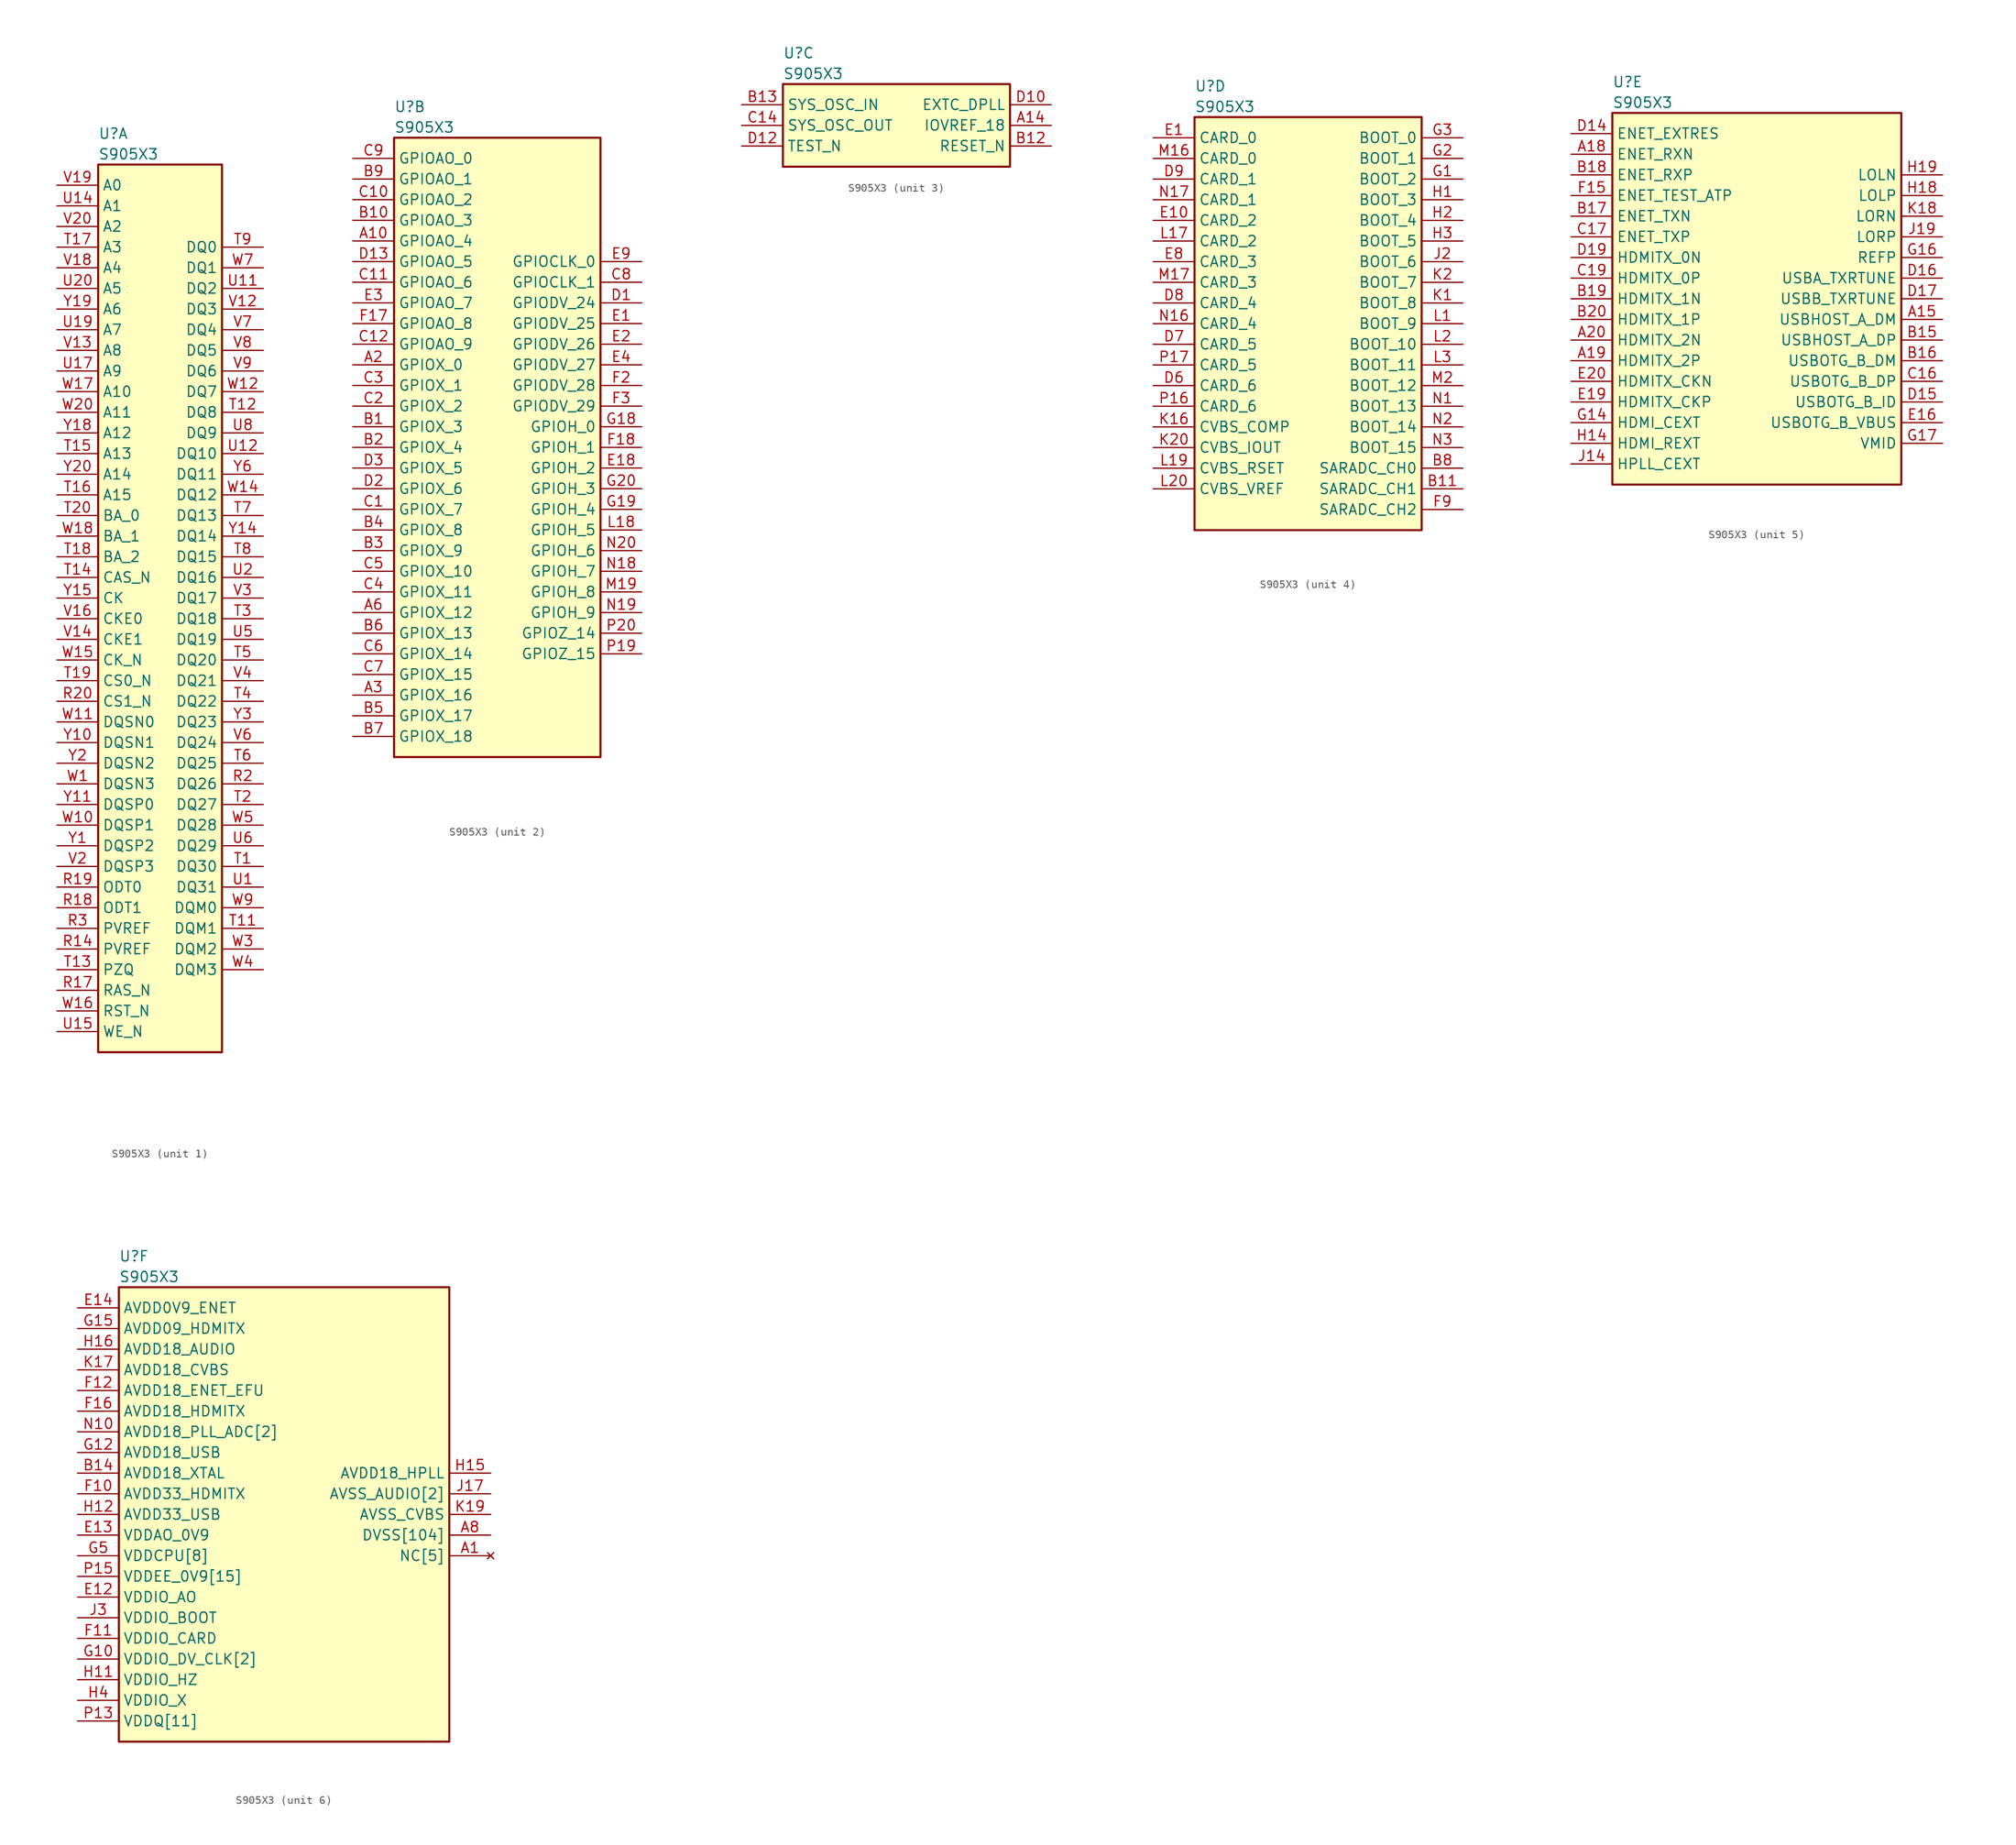
<source format=kicad_sym>
(kicad_symbol_lib
  (version 20211014)
  (generator kicad_symbol_editor)
  (symbol "﻿S905X3"
    (property "Reference" "U"
      (at 5.08 6.35 0)
      (effects (font (size 1.27 1.27)) (justify left)))
    (property "Value" "﻿S905X3"
      (at 5.08 3.81 0)
      (effects (font (size 1.27 1.27)) (justify left)))
    (property "ki_locked" ""
      (at 0 0 0)
      (effects (font (size 1.27 1.27))))
    (symbol "﻿S905X3_1_1"
      (rectangle (start 5.08 2.54) (end 20.32 -106.68) (stroke (width 0.254) (type default) (color 0 0 0 0)) (fill (type background)))
      (pin bidirectional line (at 0 -93.98 0) (length 5.08) (name "PVREF" (effects (font (size 1.27 1.27)))) (number "R14" (effects (font (size 1.27 1.27)))))
      (pin bidirectional line (at 0 -99.06 0) (length 5.08) (name "RAS_N" (effects (font (size 1.27 1.27)))) (number "R17" (effects (font (size 1.27 1.27)))))
      (pin bidirectional line (at 0 -88.9 0) (length 5.08) (name "ODT1" (effects (font (size 1.27 1.27)))) (number "R18" (effects (font (size 1.27 1.27)))))
      (pin bidirectional line (at 0 -86.36 0) (length 5.08) (name "ODT0" (effects (font (size 1.27 1.27)))) (number "R19" (effects (font (size 1.27 1.27)))))
      (pin bidirectional line (at 25.4 -73.66 180) (length 5.08) (name "DQ26" (effects (font (size 1.27 1.27)))) (number "R2" (effects (font (size 1.27 1.27)))))
      (pin bidirectional line (at 0 -63.5 0) (length 5.08) (name "CS1_N" (effects (font (size 1.27 1.27)))) (number "R20" (effects (font (size 1.27 1.27)))))
      (pin bidirectional line (at 0 -91.44 0) (length 5.08) (name "PVREF" (effects (font (size 1.27 1.27)))) (number "R3" (effects (font (size 1.27 1.27)))))
      (pin bidirectional line (at 25.4 -83.82 180) (length 5.08) (name "DQ30" (effects (font (size 1.27 1.27)))) (number "T1" (effects (font (size 1.27 1.27)))))
      (pin bidirectional line (at 25.4 -91.44 180) (length 5.08) (name "DQM1" (effects (font (size 1.27 1.27)))) (number "T11" (effects (font (size 1.27 1.27)))))
      (pin bidirectional line (at 25.4 -27.94 180) (length 5.08) (name "DQ8" (effects (font (size 1.27 1.27)))) (number "T12" (effects (font (size 1.27 1.27)))))
      (pin bidirectional line (at 0 -96.52 0) (length 5.08) (name "PZQ" (effects (font (size 1.27 1.27)))) (number "T13" (effects (font (size 1.27 1.27)))))
      (pin bidirectional line (at 0 -48.26 0) (length 5.08) (name "CAS_N" (effects (font (size 1.27 1.27)))) (number "T14" (effects (font (size 1.27 1.27)))))
      (pin bidirectional line (at 0 -33.02 0) (length 5.08) (name "A13" (effects (font (size 1.27 1.27)))) (number "T15" (effects (font (size 1.27 1.27)))))
      (pin bidirectional line (at 0 -38.1 0) (length 5.08) (name "A15" (effects (font (size 1.27 1.27)))) (number "T16" (effects (font (size 1.27 1.27)))))
      (pin bidirectional line (at 0 -7.62 0) (length 5.08) (name "A3" (effects (font (size 1.27 1.27)))) (number "T17" (effects (font (size 1.27 1.27)))))
      (pin bidirectional line (at 0 -45.72 0) (length 5.08) (name "BA_2" (effects (font (size 1.27 1.27)))) (number "T18" (effects (font (size 1.27 1.27)))))
      (pin bidirectional line (at 0 -60.96 0) (length 5.08) (name "CS0_N" (effects (font (size 1.27 1.27)))) (number "T19" (effects (font (size 1.27 1.27)))))
      (pin bidirectional line (at 25.4 -76.2 180) (length 5.08) (name "DQ27" (effects (font (size 1.27 1.27)))) (number "T2" (effects (font (size 1.27 1.27)))))
      (pin bidirectional line (at 0 -40.64 0) (length 5.08) (name "BA_0" (effects (font (size 1.27 1.27)))) (number "T20" (effects (font (size 1.27 1.27)))))
      (pin bidirectional line (at 25.4 -53.34 180) (length 5.08) (name "DQ18" (effects (font (size 1.27 1.27)))) (number "T3" (effects (font (size 1.27 1.27)))))
      (pin bidirectional line (at 25.4 -63.5 180) (length 5.08) (name "DQ22" (effects (font (size 1.27 1.27)))) (number "T4" (effects (font (size 1.27 1.27)))))
      (pin bidirectional line (at 25.4 -58.42 180) (length 5.08) (name "DQ20" (effects (font (size 1.27 1.27)))) (number "T5" (effects (font (size 1.27 1.27)))))
      (pin bidirectional line (at 25.4 -71.12 180) (length 5.08) (name "DQ25" (effects (font (size 1.27 1.27)))) (number "T6" (effects (font (size 1.27 1.27)))))
      (pin bidirectional line (at 25.4 -40.64 180) (length 5.08) (name "DQ13" (effects (font (size 1.27 1.27)))) (number "T7" (effects (font (size 1.27 1.27)))))
      (pin bidirectional line (at 25.4 -45.72 180) (length 5.08) (name "DQ15" (effects (font (size 1.27 1.27)))) (number "T8" (effects (font (size 1.27 1.27)))))
      (pin bidirectional line (at 25.4 -7.62 180) (length 5.08) (name "DQ0" (effects (font (size 1.27 1.27)))) (number "T9" (effects (font (size 1.27 1.27)))))
      (pin bidirectional line (at 25.4 -86.36 180) (length 5.08) (name "DQ31" (effects (font (size 1.27 1.27)))) (number "U1" (effects (font (size 1.27 1.27)))))
      (pin bidirectional line (at 25.4 -12.7 180) (length 5.08) (name "DQ2" (effects (font (size 1.27 1.27)))) (number "U11" (effects (font (size 1.27 1.27)))))
      (pin bidirectional line (at 25.4 -33.02 180) (length 5.08) (name "DQ10" (effects (font (size 1.27 1.27)))) (number "U12" (effects (font (size 1.27 1.27)))))
      (pin bidirectional line (at 0 -2.54 0) (length 5.08) (name "A1" (effects (font (size 1.27 1.27)))) (number "U14" (effects (font (size 1.27 1.27)))))
      (pin bidirectional line (at 0 -104.14 0) (length 5.08) (name "WE_N" (effects (font (size 1.27 1.27)))) (number "U15" (effects (font (size 1.27 1.27)))))
      (pin bidirectional line (at 0 -22.86 0) (length 5.08) (name "A9" (effects (font (size 1.27 1.27)))) (number "U17" (effects (font (size 1.27 1.27)))))
      (pin bidirectional line (at 0 -17.78 0) (length 5.08) (name "A7" (effects (font (size 1.27 1.27)))) (number "U19" (effects (font (size 1.27 1.27)))))
      (pin bidirectional line (at 25.4 -48.26 180) (length 5.08) (name "DQ16" (effects (font (size 1.27 1.27)))) (number "U2" (effects (font (size 1.27 1.27)))))
      (pin bidirectional line (at 0 -12.7 0) (length 5.08) (name "A5" (effects (font (size 1.27 1.27)))) (number "U20" (effects (font (size 1.27 1.27)))))
      (pin bidirectional line (at 25.4 -55.88 180) (length 5.08) (name "DQ19" (effects (font (size 1.27 1.27)))) (number "U5" (effects (font (size 1.27 1.27)))))
      (pin bidirectional line (at 25.4 -81.28 180) (length 5.08) (name "DQ29" (effects (font (size 1.27 1.27)))) (number "U6" (effects (font (size 1.27 1.27)))))
      (pin bidirectional line (at 25.4 -30.48 180) (length 5.08) (name "DQ9" (effects (font (size 1.27 1.27)))) (number "U8" (effects (font (size 1.27 1.27)))))
      (pin bidirectional line (at 25.4 -15.24 180) (length 5.08) (name "DQ3" (effects (font (size 1.27 1.27)))) (number "V12" (effects (font (size 1.27 1.27)))))
      (pin bidirectional line (at 0 -20.32 0) (length 5.08) (name "A8" (effects (font (size 1.27 1.27)))) (number "V13" (effects (font (size 1.27 1.27)))))
      (pin bidirectional line (at 0 -55.88 0) (length 5.08) (name "CKE1" (effects (font (size 1.27 1.27)))) (number "V14" (effects (font (size 1.27 1.27)))))
      (pin bidirectional line (at 0 -53.34 0) (length 5.08) (name "CKE0" (effects (font (size 1.27 1.27)))) (number "V16" (effects (font (size 1.27 1.27)))))
      (pin bidirectional line (at 0 -10.16 0) (length 5.08) (name "A4" (effects (font (size 1.27 1.27)))) (number "V18" (effects (font (size 1.27 1.27)))))
      (pin bidirectional line (at 0 0 0) (length 5.08) (name "A0" (effects (font (size 1.27 1.27)))) (number "V19" (effects (font (size 1.27 1.27)))))
      (pin bidirectional line (at 0 -83.82 0) (length 5.08) (name "DQSP3" (effects (font (size 1.27 1.27)))) (number "V2" (effects (font (size 1.27 1.27)))))
      (pin bidirectional line (at 0 -5.08 0) (length 5.08) (name "A2" (effects (font (size 1.27 1.27)))) (number "V20" (effects (font (size 1.27 1.27)))))
      (pin bidirectional line (at 25.4 -50.8 180) (length 5.08) (name "DQ17" (effects (font (size 1.27 1.27)))) (number "V3" (effects (font (size 1.27 1.27)))))
      (pin bidirectional line (at 25.4 -60.96 180) (length 5.08) (name "DQ21" (effects (font (size 1.27 1.27)))) (number "V4" (effects (font (size 1.27 1.27)))))
      (pin bidirectional line (at 25.4 -68.58 180) (length 5.08) (name "DQ24" (effects (font (size 1.27 1.27)))) (number "V6" (effects (font (size 1.27 1.27)))))
      (pin bidirectional line (at 25.4 -17.78 180) (length 5.08) (name "DQ4" (effects (font (size 1.27 1.27)))) (number "V7" (effects (font (size 1.27 1.27)))))
      (pin bidirectional line (at 25.4 -20.32 180) (length 5.08) (name "DQ5" (effects (font (size 1.27 1.27)))) (number "V8" (effects (font (size 1.27 1.27)))))
      (pin bidirectional line (at 25.4 -22.86 180) (length 5.08) (name "DQ6" (effects (font (size 1.27 1.27)))) (number "V9" (effects (font (size 1.27 1.27)))))
      (pin bidirectional line (at 0 -73.66 0) (length 5.08) (name "DQSN3" (effects (font (size 1.27 1.27)))) (number "W1" (effects (font (size 1.27 1.27)))))
      (pin bidirectional line (at 0 -78.74 0) (length 5.08) (name "DQSP1" (effects (font (size 1.27 1.27)))) (number "W10" (effects (font (size 1.27 1.27)))))
      (pin bidirectional line (at 0 -66.04 0) (length 5.08) (name "DQSN0" (effects (font (size 1.27 1.27)))) (number "W11" (effects (font (size 1.27 1.27)))))
      (pin bidirectional line (at 25.4 -25.4 180) (length 5.08) (name "DQ7" (effects (font (size 1.27 1.27)))) (number "W12" (effects (font (size 1.27 1.27)))))
      (pin bidirectional line (at 25.4 -38.1 180) (length 5.08) (name "DQ12" (effects (font (size 1.27 1.27)))) (number "W14" (effects (font (size 1.27 1.27)))))
      (pin bidirectional line (at 0 -58.42 0) (length 5.08) (name "CK_N" (effects (font (size 1.27 1.27)))) (number "W15" (effects (font (size 1.27 1.27)))))
      (pin bidirectional line (at 0 -101.6 0) (length 5.08) (name "RST_N" (effects (font (size 1.27 1.27)))) (number "W16" (effects (font (size 1.27 1.27)))))
      (pin bidirectional line (at 0 -25.4 0) (length 5.08) (name "A10" (effects (font (size 1.27 1.27)))) (number "W17" (effects (font (size 1.27 1.27)))))
      (pin bidirectional line (at 0 -43.18 0) (length 5.08) (name "BA_1" (effects (font (size 1.27 1.27)))) (number "W18" (effects (font (size 1.27 1.27)))))
      (pin bidirectional line (at 0 -27.94 0) (length 5.08) (name "A11" (effects (font (size 1.27 1.27)))) (number "W20" (effects (font (size 1.27 1.27)))))
      (pin bidirectional line (at 25.4 -93.98 180) (length 5.08) (name "DQM2" (effects (font (size 1.27 1.27)))) (number "W3" (effects (font (size 1.27 1.27)))))
      (pin bidirectional line (at 25.4 -96.52 180) (length 5.08) (name "DQM3" (effects (font (size 1.27 1.27)))) (number "W4" (effects (font (size 1.27 1.27)))))
      (pin bidirectional line (at 25.4 -78.74 180) (length 5.08) (name "DQ28" (effects (font (size 1.27 1.27)))) (number "W5" (effects (font (size 1.27 1.27)))))
      (pin bidirectional line (at 25.4 -10.16 180) (length 5.08) (name "DQ1" (effects (font (size 1.27 1.27)))) (number "W7" (effects (font (size 1.27 1.27)))))
      (pin bidirectional line (at 25.4 -88.9 180) (length 5.08) (name "DQM0" (effects (font (size 1.27 1.27)))) (number "W9" (effects (font (size 1.27 1.27)))))
      (pin bidirectional line (at 0 -81.28 0) (length 5.08) (name "DQSP2" (effects (font (size 1.27 1.27)))) (number "Y1" (effects (font (size 1.27 1.27)))))
      (pin bidirectional line (at 0 -68.58 0) (length 5.08) (name "DQSN1" (effects (font (size 1.27 1.27)))) (number "Y10" (effects (font (size 1.27 1.27)))))
      (pin bidirectional line (at 0 -76.2 0) (length 5.08) (name "DQSP0" (effects (font (size 1.27 1.27)))) (number "Y11" (effects (font (size 1.27 1.27)))))
      (pin bidirectional line (at 25.4 -43.18 180) (length 5.08) (name "DQ14" (effects (font (size 1.27 1.27)))) (number "Y14" (effects (font (size 1.27 1.27)))))
      (pin bidirectional line (at 0 -50.8 0) (length 5.08) (name "CK" (effects (font (size 1.27 1.27)))) (number "Y15" (effects (font (size 1.27 1.27)))))
      (pin bidirectional line (at 0 -30.48 0) (length 5.08) (name "A12" (effects (font (size 1.27 1.27)))) (number "Y18" (effects (font (size 1.27 1.27)))))
      (pin bidirectional line (at 0 -15.24 0) (length 5.08) (name "A6" (effects (font (size 1.27 1.27)))) (number "Y19" (effects (font (size 1.27 1.27)))))
      (pin bidirectional line (at 0 -71.12 0) (length 5.08) (name "DQSN2" (effects (font (size 1.27 1.27)))) (number "Y2" (effects (font (size 1.27 1.27)))))
      (pin bidirectional line (at 0 -35.56 0) (length 5.08) (name "A14" (effects (font (size 1.27 1.27)))) (number "Y20" (effects (font (size 1.27 1.27)))))
      (pin bidirectional line (at 25.4 -66.04 180) (length 5.08) (name "DQ23" (effects (font (size 1.27 1.27)))) (number "Y3" (effects (font (size 1.27 1.27)))))
      (pin bidirectional line (at 25.4 -35.56 180) (length 5.08) (name "DQ11" (effects (font (size 1.27 1.27)))) (number "Y6" (effects (font (size 1.27 1.27))))))
    (symbol "﻿S905X3_2_1"
      (rectangle (start 5.08 2.54) (end 30.48 -73.66) (stroke (width 0.254) (type default) (color 0 0 0 0)) (fill (type background)))
      (pin bidirectional line (at 0 -10.16 0) (length 5.08) (name "GPIOAO_4" (effects (font (size 1.27 1.27)))) (number "A10" (effects (font (size 1.27 1.27)))))
      (pin bidirectional line (at 0 -25.4 0) (length 5.08) (name "GPIOX_0" (effects (font (size 1.27 1.27)))) (number "A2" (effects (font (size 1.27 1.27)))))
      (pin bidirectional line (at 0 -66.04 0) (length 5.08) (name "GPIOX_16" (effects (font (size 1.27 1.27)))) (number "A3" (effects (font (size 1.27 1.27)))))
      (pin bidirectional line (at 0 -55.88 0) (length 5.08) (name "GPIOX_12" (effects (font (size 1.27 1.27)))) (number "A6" (effects (font (size 1.27 1.27)))))
      (pin bidirectional line (at 0 -33.02 0) (length 5.08) (name "GPIOX_3" (effects (font (size 1.27 1.27)))) (number "B1" (effects (font (size 1.27 1.27)))))
      (pin bidirectional line (at 0 -7.62 0) (length 5.08) (name "GPIOAO_3" (effects (font (size 1.27 1.27)))) (number "B10" (effects (font (size 1.27 1.27)))))
      (pin bidirectional line (at 0 -35.56 0) (length 5.08) (name "GPIOX_4" (effects (font (size 1.27 1.27)))) (number "B2" (effects (font (size 1.27 1.27)))))
      (pin bidirectional line (at 0 -48.26 0) (length 5.08) (name "GPIOX_9" (effects (font (size 1.27 1.27)))) (number "B3" (effects (font (size 1.27 1.27)))))
      (pin bidirectional line (at 0 -45.72 0) (length 5.08) (name "GPIOX_8" (effects (font (size 1.27 1.27)))) (number "B4" (effects (font (size 1.27 1.27)))))
      (pin bidirectional line (at 0 -68.58 0) (length 5.08) (name "GPIOX_17" (effects (font (size 1.27 1.27)))) (number "B5" (effects (font (size 1.27 1.27)))))
      (pin bidirectional line (at 0 -58.42 0) (length 5.08) (name "GPIOX_13" (effects (font (size 1.27 1.27)))) (number "B6" (effects (font (size 1.27 1.27)))))
      (pin bidirectional line (at 0 -71.12 0) (length 5.08) (name "GPIOX_18" (effects (font (size 1.27 1.27)))) (number "B7" (effects (font (size 1.27 1.27)))))
      (pin bidirectional line (at 0 -2.54 0) (length 5.08) (name "GPIOAO_1" (effects (font (size 1.27 1.27)))) (number "B9" (effects (font (size 1.27 1.27)))))
      (pin bidirectional line (at 0 -43.18 0) (length 5.08) (name "GPIOX_7" (effects (font (size 1.27 1.27)))) (number "C1" (effects (font (size 1.27 1.27)))))
      (pin bidirectional line (at 0 -5.08 0) (length 5.08) (name "GPIOAO_2" (effects (font (size 1.27 1.27)))) (number "C10" (effects (font (size 1.27 1.27)))))
      (pin bidirectional line (at 0 -15.24 0) (length 5.08) (name "GPIOAO_6" (effects (font (size 1.27 1.27)))) (number "C11" (effects (font (size 1.27 1.27)))))
      (pin bidirectional line (at 0 -22.86 0) (length 5.08) (name "GPIOAO_9" (effects (font (size 1.27 1.27)))) (number "C12" (effects (font (size 1.27 1.27)))))
      (pin bidirectional line (at 0 -30.48 0) (length 5.08) (name "GPIOX_2" (effects (font (size 1.27 1.27)))) (number "C2" (effects (font (size 1.27 1.27)))))
      (pin bidirectional line (at 0 -27.94 0) (length 5.08) (name "GPIOX_1" (effects (font (size 1.27 1.27)))) (number "C3" (effects (font (size 1.27 1.27)))))
      (pin bidirectional line (at 0 -53.34 0) (length 5.08) (name "GPIOX_11" (effects (font (size 1.27 1.27)))) (number "C4" (effects (font (size 1.27 1.27)))))
      (pin bidirectional line (at 0 -50.8 0) (length 5.08) (name "GPIOX_10" (effects (font (size 1.27 1.27)))) (number "C5" (effects (font (size 1.27 1.27)))))
      (pin bidirectional line (at 0 -60.96 0) (length 5.08) (name "GPIOX_14" (effects (font (size 1.27 1.27)))) (number "C6" (effects (font (size 1.27 1.27)))))
      (pin bidirectional line (at 0 -63.5 0) (length 5.08) (name "GPIOX_15" (effects (font (size 1.27 1.27)))) (number "C7" (effects (font (size 1.27 1.27)))))
      (pin bidirectional line (at 35.56 -15.24 180) (length 5.08) (name "GPIOCLK_1" (effects (font (size 1.27 1.27)))) (number "C8" (effects (font (size 1.27 1.27)))))
      (pin bidirectional line (at 0 0 0) (length 5.08) (name "GPIOAO_0" (effects (font (size 1.27 1.27)))) (number "C9" (effects (font (size 1.27 1.27)))))
      (pin bidirectional line (at 35.56 -17.78 180) (length 5.08) (name "GPIODV_24" (effects (font (size 1.27 1.27)))) (number "D1" (effects (font (size 1.27 1.27)))))
      (pin bidirectional line (at 0 -12.7 0) (length 5.08) (name "GPIOAO_5" (effects (font (size 1.27 1.27)))) (number "D13" (effects (font (size 1.27 1.27)))))
      (pin bidirectional line (at 0 -40.64 0) (length 5.08) (name "GPIOX_6" (effects (font (size 1.27 1.27)))) (number "D2" (effects (font (size 1.27 1.27)))))
      (pin bidirectional line (at 0 -38.1 0) (length 5.08) (name "GPIOX_5" (effects (font (size 1.27 1.27)))) (number "D3" (effects (font (size 1.27 1.27)))))
      (pin bidirectional line (at 35.56 -20.32 180) (length 5.08) (name "GPIODV_25" (effects (font (size 1.27 1.27)))) (number "E1" (effects (font (size 1.27 1.27)))))
      (pin bidirectional line (at 35.56 -38.1 180) (length 5.08) (name "GPIOH_2" (effects (font (size 1.27 1.27)))) (number "E18" (effects (font (size 1.27 1.27)))))
      (pin bidirectional line (at 35.56 -22.86 180) (length 5.08) (name "GPIODV_26" (effects (font (size 1.27 1.27)))) (number "E2" (effects (font (size 1.27 1.27)))))
      (pin bidirectional line (at 0 -17.78 0) (length 5.08) (name "GPIOAO_7" (effects (font (size 1.27 1.27)))) (number "E3" (effects (font (size 1.27 1.27)))))
      (pin bidirectional line (at 35.56 -25.4 180) (length 5.08) (name "GPIODV_27" (effects (font (size 1.27 1.27)))) (number "E4" (effects (font (size 1.27 1.27)))))
      (pin bidirectional line (at 35.56 -12.7 180) (length 5.08) (name "GPIOCLK_0" (effects (font (size 1.27 1.27)))) (number "E9" (effects (font (size 1.27 1.27)))))
      (pin bidirectional line (at 0 -20.32 0) (length 5.08) (name "GPIOAO_8" (effects (font (size 1.27 1.27)))) (number "F17" (effects (font (size 1.27 1.27)))))
      (pin bidirectional line (at 35.56 -35.56 180) (length 5.08) (name "GPIOH_1" (effects (font (size 1.27 1.27)))) (number "F18" (effects (font (size 1.27 1.27)))))
      (pin bidirectional line (at 35.56 -27.94 180) (length 5.08) (name "GPIODV_28" (effects (font (size 1.27 1.27)))) (number "F2" (effects (font (size 1.27 1.27)))))
      (pin bidirectional line (at 35.56 -30.48 180) (length 5.08) (name "GPIODV_29" (effects (font (size 1.27 1.27)))) (number "F3" (effects (font (size 1.27 1.27)))))
      (pin bidirectional line (at 35.56 -33.02 180) (length 5.08) (name "GPIOH_0" (effects (font (size 1.27 1.27)))) (number "G18" (effects (font (size 1.27 1.27)))))
      (pin bidirectional line (at 35.56 -43.18 180) (length 5.08) (name "GPIOH_4" (effects (font (size 1.27 1.27)))) (number "G19" (effects (font (size 1.27 1.27)))))
      (pin bidirectional line (at 35.56 -40.64 180) (length 5.08) (name "GPIOH_3" (effects (font (size 1.27 1.27)))) (number "G20" (effects (font (size 1.27 1.27)))))
      (pin bidirectional line (at 35.56 -45.72 180) (length 5.08) (name "GPIOH_5" (effects (font (size 1.27 1.27)))) (number "L18" (effects (font (size 1.27 1.27)))))
      (pin bidirectional line (at 35.56 -53.34 180) (length 5.08) (name "GPIOH_8" (effects (font (size 1.27 1.27)))) (number "M19" (effects (font (size 1.27 1.27)))))
      (pin bidirectional line (at 35.56 -50.8 180) (length 5.08) (name "GPIOH_7" (effects (font (size 1.27 1.27)))) (number "N18" (effects (font (size 1.27 1.27)))))
      (pin bidirectional line (at 35.56 -55.88 180) (length 5.08) (name "GPIOH_9" (effects (font (size 1.27 1.27)))) (number "N19" (effects (font (size 1.27 1.27)))))
      (pin bidirectional line (at 35.56 -48.26 180) (length 5.08) (name "GPIOH_6" (effects (font (size 1.27 1.27)))) (number "N20" (effects (font (size 1.27 1.27)))))
      (pin bidirectional line (at 35.56 -60.96 180) (length 5.08) (name "GPIOZ_15" (effects (font (size 1.27 1.27)))) (number "P19" (effects (font (size 1.27 1.27)))))
      (pin bidirectional line (at 35.56 -58.42 180) (length 5.08) (name "GPIOZ_14" (effects (font (size 1.27 1.27)))) (number "P20" (effects (font (size 1.27 1.27))))))
    (symbol "﻿S905X3_3_1"
      (rectangle (start 5.08 2.54) (end 33.02 -7.62) (stroke (width 0.254) (type default) (color 0 0 0 0)) (fill (type background)))
      (pin bidirectional line (at 38.1 -2.54 180) (length 5.08) (name "IOVREF_18" (effects (font (size 1.27 1.27)))) (number "A14" (effects (font (size 1.27 1.27)))))
      (pin bidirectional line (at 38.1 -5.08 180) (length 5.08) (name "RESET_N" (effects (font (size 1.27 1.27)))) (number "B12" (effects (font (size 1.27 1.27)))))
      (pin bidirectional line (at 0 0 0) (length 5.08) (name "SYS_OSC_IN" (effects (font (size 1.27 1.27)))) (number "B13" (effects (font (size 1.27 1.27)))))
      (pin bidirectional line (at 0 -2.54 0) (length 5.08) (name "SYS_OSC_OUT" (effects (font (size 1.27 1.27)))) (number "C14" (effects (font (size 1.27 1.27)))))
      (pin bidirectional line (at 38.1 0 180) (length 5.08) (name "EXTC_DPLL" (effects (font (size 1.27 1.27)))) (number "D10" (effects (font (size 1.27 1.27)))))
      (pin bidirectional line (at 0 -5.08 0) (length 5.08) (name "TEST_N" (effects (font (size 1.27 1.27)))) (number "D12" (effects (font (size 1.27 1.27))))))
    (symbol "﻿S905X3_4_1"
      (rectangle (start 5.08 2.54) (end 33.02 -48.26) (stroke (width 0.254) (type default) (color 0 0 0 0)) (fill (type background)))
      (pin bidirectional line (at 38.1 -43.18 180) (length 5.08) (name "SARADC_CH1" (effects (font (size 1.27 1.27)))) (number "B11" (effects (font (size 1.27 1.27)))))
      (pin bidirectional line (at 38.1 -40.64 180) (length 5.08) (name "SARADC_CH0" (effects (font (size 1.27 1.27)))) (number "B8" (effects (font (size 1.27 1.27)))))
      (pin bidirectional line (at 0 -30.48 0) (length 5.08) (name "CARD_6" (effects (font (size 1.27 1.27)))) (number "D6" (effects (font (size 1.27 1.27)))))
      (pin bidirectional line (at 0 -25.4 0) (length 5.08) (name "CARD_5" (effects (font (size 1.27 1.27)))) (number "D7" (effects (font (size 1.27 1.27)))))
      (pin bidirectional line (at 0 -20.32 0) (length 5.08) (name "CARD_4" (effects (font (size 1.27 1.27)))) (number "D8" (effects (font (size 1.27 1.27)))))
      (pin bidirectional line (at 0 -5.08 0) (length 5.08) (name "CARD_1" (effects (font (size 1.27 1.27)))) (number "D9" (effects (font (size 1.27 1.27)))))
      (pin bidirectional line (at 0 0 0) (length 5.08) (name "CARD_0" (effects (font (size 1.27 1.27)))) (number "E1" (effects (font (size 1.27 1.27)))))
      (pin bidirectional line (at 0 -10.16 0) (length 5.08) (name "CARD_2" (effects (font (size 1.27 1.27)))) (number "E10" (effects (font (size 1.27 1.27)))))
      (pin bidirectional line (at 0 -15.24 0) (length 5.08) (name "CARD_3" (effects (font (size 1.27 1.27)))) (number "E8" (effects (font (size 1.27 1.27)))))
      (pin bidirectional line (at 38.1 -45.72 180) (length 5.08) (name "SARADC_CH2" (effects (font (size 1.27 1.27)))) (number "F9" (effects (font (size 1.27 1.27)))))
      (pin bidirectional line (at 38.1 -5.08 180) (length 5.08) (name "BOOT_2" (effects (font (size 1.27 1.27)))) (number "G1" (effects (font (size 1.27 1.27)))))
      (pin bidirectional line (at 38.1 -2.54 180) (length 5.08) (name "BOOT_1" (effects (font (size 1.27 1.27)))) (number "G2" (effects (font (size 1.27 1.27)))))
      (pin bidirectional line (at 38.1 0 180) (length 5.08) (name "BOOT_0" (effects (font (size 1.27 1.27)))) (number "G3" (effects (font (size 1.27 1.27)))))
      (pin bidirectional line (at 38.1 -7.62 180) (length 5.08) (name "BOOT_3" (effects (font (size 1.27 1.27)))) (number "H1" (effects (font (size 1.27 1.27)))))
      (pin bidirectional line (at 38.1 -10.16 180) (length 5.08) (name "BOOT_4" (effects (font (size 1.27 1.27)))) (number "H2" (effects (font (size 1.27 1.27)))))
      (pin bidirectional line (at 38.1 -12.7 180) (length 5.08) (name "BOOT_5" (effects (font (size 1.27 1.27)))) (number "H3" (effects (font (size 1.27 1.27)))))
      (pin bidirectional line (at 38.1 -15.24 180) (length 5.08) (name "BOOT_6" (effects (font (size 1.27 1.27)))) (number "J2" (effects (font (size 1.27 1.27)))))
      (pin bidirectional line (at 38.1 -20.32 180) (length 5.08) (name "BOOT_8" (effects (font (size 1.27 1.27)))) (number "K1" (effects (font (size 1.27 1.27)))))
      (pin bidirectional line (at 0 -35.56 0) (length 5.08) (name "CVBS_COMP" (effects (font (size 1.27 1.27)))) (number "K16" (effects (font (size 1.27 1.27)))))
      (pin bidirectional line (at 38.1 -17.78 180) (length 5.08) (name "BOOT_7" (effects (font (size 1.27 1.27)))) (number "K2" (effects (font (size 1.27 1.27)))))
      (pin bidirectional line (at 0 -38.1 0) (length 5.08) (name "CVBS_IOUT" (effects (font (size 1.27 1.27)))) (number "K20" (effects (font (size 1.27 1.27)))))
      (pin bidirectional line (at 38.1 -22.86 180) (length 5.08) (name "BOOT_9" (effects (font (size 1.27 1.27)))) (number "L1" (effects (font (size 1.27 1.27)))))
      (pin bidirectional line (at 0 -12.7 0) (length 5.08) (name "CARD_2" (effects (font (size 1.27 1.27)))) (number "L17" (effects (font (size 1.27 1.27)))))
      (pin bidirectional line (at 0 -40.64 0) (length 5.08) (name "CVBS_RSET" (effects (font (size 1.27 1.27)))) (number "L19" (effects (font (size 1.27 1.27)))))
      (pin bidirectional line (at 38.1 -25.4 180) (length 5.08) (name "BOOT_10" (effects (font (size 1.27 1.27)))) (number "L2" (effects (font (size 1.27 1.27)))))
      (pin bidirectional line (at 0 -43.18 0) (length 5.08) (name "CVBS_VREF" (effects (font (size 1.27 1.27)))) (number "L20" (effects (font (size 1.27 1.27)))))
      (pin bidirectional line (at 38.1 -27.94 180) (length 5.08) (name "BOOT_11" (effects (font (size 1.27 1.27)))) (number "L3" (effects (font (size 1.27 1.27)))))
      (pin bidirectional line (at 0 -2.54 0) (length 5.08) (name "CARD_0" (effects (font (size 1.27 1.27)))) (number "M16" (effects (font (size 1.27 1.27)))))
      (pin bidirectional line (at 0 -17.78 0) (length 5.08) (name "CARD_3" (effects (font (size 1.27 1.27)))) (number "M17" (effects (font (size 1.27 1.27)))))
      (pin bidirectional line (at 38.1 -30.48 180) (length 5.08) (name "BOOT_12" (effects (font (size 1.27 1.27)))) (number "M2" (effects (font (size 1.27 1.27)))))
      (pin bidirectional line (at 38.1 -33.02 180) (length 5.08) (name "BOOT_13" (effects (font (size 1.27 1.27)))) (number "N1" (effects (font (size 1.27 1.27)))))
      (pin bidirectional line (at 0 -22.86 0) (length 5.08) (name "CARD_4" (effects (font (size 1.27 1.27)))) (number "N16" (effects (font (size 1.27 1.27)))))
      (pin bidirectional line (at 0 -7.62 0) (length 5.08) (name "CARD_1" (effects (font (size 1.27 1.27)))) (number "N17" (effects (font (size 1.27 1.27)))))
      (pin bidirectional line (at 38.1 -35.56 180) (length 5.08) (name "BOOT_14" (effects (font (size 1.27 1.27)))) (number "N2" (effects (font (size 1.27 1.27)))))
      (pin bidirectional line (at 38.1 -38.1 180) (length 5.08) (name "BOOT_15" (effects (font (size 1.27 1.27)))) (number "N3" (effects (font (size 1.27 1.27)))))
      (pin bidirectional line (at 0 -33.02 0) (length 5.08) (name "CARD_6" (effects (font (size 1.27 1.27)))) (number "P16" (effects (font (size 1.27 1.27)))))
      (pin bidirectional line (at 0 -27.94 0) (length 5.08) (name "CARD_5" (effects (font (size 1.27 1.27)))) (number "P17" (effects (font (size 1.27 1.27))))))
    (symbol "﻿S905X3_5_1"
      (rectangle (start 5.08 2.54) (end 40.64 -43.18) (stroke (width 0.254) (type default) (color 0 0 0 0)) (fill (type background)))
      (pin bidirectional line (at 45.72 -22.86 180) (length 5.08) (name "USBHOST_A_DM" (effects (font (size 1.27 1.27)))) (number "A15" (effects (font (size 1.27 1.27)))))
      (pin bidirectional line (at 0 -2.54 0) (length 5.08) (name "ENET_RXN" (effects (font (size 1.27 1.27)))) (number "A18" (effects (font (size 1.27 1.27)))))
      (pin bidirectional line (at 0 -27.94 0) (length 5.08) (name "HDMITX_2P" (effects (font (size 1.27 1.27)))) (number "A19" (effects (font (size 1.27 1.27)))))
      (pin bidirectional line (at 0 -25.4 0) (length 5.08) (name "HDMITX_2N" (effects (font (size 1.27 1.27)))) (number "A20" (effects (font (size 1.27 1.27)))))
      (pin bidirectional line (at 45.72 -25.4 180) (length 5.08) (name "USBHOST_A_DP" (effects (font (size 1.27 1.27)))) (number "B15" (effects (font (size 1.27 1.27)))))
      (pin bidirectional line (at 45.72 -27.94 180) (length 5.08) (name "USBOTG_B_DM" (effects (font (size 1.27 1.27)))) (number "B16" (effects (font (size 1.27 1.27)))))
      (pin bidirectional line (at 0 -10.16 0) (length 5.08) (name "ENET_TXN" (effects (font (size 1.27 1.27)))) (number "B17" (effects (font (size 1.27 1.27)))))
      (pin bidirectional line (at 0 -5.08 0) (length 5.08) (name "ENET_RXP" (effects (font (size 1.27 1.27)))) (number "B18" (effects (font (size 1.27 1.27)))))
      (pin bidirectional line (at 0 -20.32 0) (length 5.08) (name "HDMITX_1N" (effects (font (size 1.27 1.27)))) (number "B19" (effects (font (size 1.27 1.27)))))
      (pin bidirectional line (at 0 -22.86 0) (length 5.08) (name "HDMITX_1P" (effects (font (size 1.27 1.27)))) (number "B20" (effects (font (size 1.27 1.27)))))
      (pin bidirectional line (at 45.72 -30.48 180) (length 5.08) (name "USBOTG_B_DP" (effects (font (size 1.27 1.27)))) (number "C16" (effects (font (size 1.27 1.27)))))
      (pin bidirectional line (at 0 -12.7 0) (length 5.08) (name "ENET_TXP" (effects (font (size 1.27 1.27)))) (number "C17" (effects (font (size 1.27 1.27)))))
      (pin bidirectional line (at 0 -17.78 0) (length 5.08) (name "HDMITX_0P" (effects (font (size 1.27 1.27)))) (number "C19" (effects (font (size 1.27 1.27)))))
      (pin bidirectional line (at 0 0 0) (length 5.08) (name "ENET_EXTRES" (effects (font (size 1.27 1.27)))) (number "D14" (effects (font (size 1.27 1.27)))))
      (pin bidirectional line (at 45.72 -33.02 180) (length 5.08) (name "USBOTG_B_ID" (effects (font (size 1.27 1.27)))) (number "D15" (effects (font (size 1.27 1.27)))))
      (pin bidirectional line (at 45.72 -17.78 180) (length 5.08) (name "USBA_TXRTUNE" (effects (font (size 1.27 1.27)))) (number "D16" (effects (font (size 1.27 1.27)))))
      (pin bidirectional line (at 45.72 -20.32 180) (length 5.08) (name "USBB_TXRTUNE" (effects (font (size 1.27 1.27)))) (number "D17" (effects (font (size 1.27 1.27)))))
      (pin bidirectional line (at 0 -15.24 0) (length 5.08) (name "HDMITX_0N" (effects (font (size 1.27 1.27)))) (number "D19" (effects (font (size 1.27 1.27)))))
      (pin bidirectional line (at 45.72 -35.56 180) (length 5.08) (name "USBOTG_B_VBUS" (effects (font (size 1.27 1.27)))) (number "E16" (effects (font (size 1.27 1.27)))))
      (pin bidirectional line (at 0 -33.02 0) (length 5.08) (name "HDMITX_CKP" (effects (font (size 1.27 1.27)))) (number "E19" (effects (font (size 1.27 1.27)))))
      (pin bidirectional line (at 0 -30.48 0) (length 5.08) (name "HDMITX_CKN" (effects (font (size 1.27 1.27)))) (number "E20" (effects (font (size 1.27 1.27)))))
      (pin bidirectional line (at 0 -7.62 0) (length 5.08) (name "ENET_TEST_ATP" (effects (font (size 1.27 1.27)))) (number "F15" (effects (font (size 1.27 1.27)))))
      (pin bidirectional line (at 0 -35.56 0) (length 5.08) (name "HDMI_CEXT" (effects (font (size 1.27 1.27)))) (number "G14" (effects (font (size 1.27 1.27)))))
      (pin bidirectional line (at 45.72 -15.24 180) (length 5.08) (name "REFP" (effects (font (size 1.27 1.27)))) (number "G16" (effects (font (size 1.27 1.27)))))
      (pin bidirectional line (at 45.72 -38.1 180) (length 5.08) (name "VMID" (effects (font (size 1.27 1.27)))) (number "G17" (effects (font (size 1.27 1.27)))))
      (pin bidirectional line (at 0 -38.1 0) (length 5.08) (name "HDMI_REXT" (effects (font (size 1.27 1.27)))) (number "H14" (effects (font (size 1.27 1.27)))))
      (pin bidirectional line (at 45.72 -7.62 180) (length 5.08) (name "LOLP" (effects (font (size 1.27 1.27)))) (number "H18" (effects (font (size 1.27 1.27)))))
      (pin bidirectional line (at 45.72 -5.08 180) (length 5.08) (name "LOLN" (effects (font (size 1.27 1.27)))) (number "H19" (effects (font (size 1.27 1.27)))))
      (pin bidirectional line (at 0 -40.64 0) (length 5.08) (name "HPLL_CEXT" (effects (font (size 1.27 1.27)))) (number "J14" (effects (font (size 1.27 1.27)))))
      (pin bidirectional line (at 45.72 -12.7 180) (length 5.08) (name "LORP" (effects (font (size 1.27 1.27)))) (number "J19" (effects (font (size 1.27 1.27)))))
      (pin bidirectional line (at 45.72 -10.16 180) (length 5.08) (name "LORN" (effects (font (size 1.27 1.27)))) (number "K18" (effects (font (size 1.27 1.27))))))
    (symbol "﻿S905X3_6_1"
      (rectangle (start 5.08 2.54) (end 45.72 -53.34) (stroke (width 0.254) (type default) (color 0 0 0 0)) (fill (type background)))
      (pin no_connect line (at 50.8 -30.48 180) (length 5.08) (name "NC[5]" (effects (font (size 1.27 1.27)))) (number "A1" (effects (font (size 1.27 1.27)))))
      (pin passive line (at 50.8 -27.94 180) (length 5.08) hide (name "DVSS[104]" (effects (font (size 1.27 1.27)))) (number "A11" (effects (font (size 1.27 1.27)))))
      (pin power_in line (at 50.8 -27.94 180) (length 5.08) (name "DVSS[104]" (effects (font (size 1.27 1.27)))) (number "A8" (effects (font (size 1.27 1.27)))))
      (pin power_in line (at 0 -20.32 0) (length 5.08) (name "AVDD18_XTAL" (effects (font (size 1.27 1.27)))) (number "B14" (effects (font (size 1.27 1.27)))))
      (pin no_connect line (at 50.775 -30.505 180) (length 5.08) hide (name "NC[5]" (effects (font (size 1.27 1.27)))) (number "C13" (effects (font (size 1.27 1.27)))))
      (pin no_connect line (at 50.749 -30.505 180) (length 5.08) hide (name "NC[5]" (effects (font (size 1.27 1.27)))) (number "C15" (effects (font (size 1.27 1.27)))))
      (pin no_connect line (at 50.724 -30.505 180) (length 5.08) hide (name "NC[5]" (effects (font (size 1.27 1.27)))) (number "C18" (effects (font (size 1.27 1.27)))))
      (pin passive line (at 50.8 -27.94 180) (length 5.08) hide (name "DVSS[104]" (effects (font (size 1.27 1.27)))) (number "D18" (effects (font (size 1.27 1.27)))))
      (pin passive line (at 50.8 -27.94 180) (length 5.08) hide (name "DVSS[104]" (effects (font (size 1.27 1.27)))) (number "D20" (effects (font (size 1.27 1.27)))))
      (pin passive line (at 50.8 -27.94 180) (length 5.08) hide (name "DVSS[104]" (effects (font (size 1.27 1.27)))) (number "D4" (effects (font (size 1.27 1.27)))))
      (pin passive line (at 50.8 -27.94 180) (length 5.08) hide (name "DVSS[104]" (effects (font (size 1.27 1.27)))) (number "D5" (effects (font (size 1.27 1.27)))))
      (pin power_in line (at 0 -35.56 0) (length 5.08) (name "VDDIO_AO" (effects (font (size 1.27 1.27)))) (number "E12" (effects (font (size 1.27 1.27)))))
      (pin power_in line (at 0 -27.94 0) (length 5.08) (name "VDDAO_0V9" (effects (font (size 1.27 1.27)))) (number "E13" (effects (font (size 1.27 1.27)))))
      (pin power_in line (at 0 0 0) (length 5.08) (name "AVDD0V9_ENET" (effects (font (size 1.27 1.27)))) (number "E14" (effects (font (size 1.27 1.27)))))
      (pin passive line (at 50.8 -27.94 180) (length 5.08) hide (name "DVSS[104]" (effects (font (size 1.27 1.27)))) (number "E15" (effects (font (size 1.27 1.27)))))
      (pin passive line (at 50.8 -27.94 180) (length 5.08) hide (name "DVSS[104]" (effects (font (size 1.27 1.27)))) (number "E17" (effects (font (size 1.27 1.27)))))
      (pin passive line (at 0 -30.48 0) (length 5.08) hide (name "VDDCPU[8]" (effects (font (size 1.27 1.27)))) (number "E5" (effects (font (size 1.27 1.27)))))
      (pin passive line (at 0 -30.48 0) (length 5.08) hide (name "VDDCPU[8]" (effects (font (size 1.27 1.27)))) (number "E6" (effects (font (size 1.27 1.27)))))
      (pin passive line (at 0 -30.48 0) (length 5.08) hide (name "VDDCPU[8]" (effects (font (size 1.27 1.27)))) (number "E7" (effects (font (size 1.27 1.27)))))
      (pin power_in line (at 0 -22.86 0) (length 5.08) (name "AVDD33_HDMITX" (effects (font (size 1.27 1.27)))) (number "F10" (effects (font (size 1.27 1.27)))))
      (pin power_in line (at 0 -40.64 0) (length 5.08) (name "VDDIO_CARD" (effects (font (size 1.27 1.27)))) (number "F11" (effects (font (size 1.27 1.27)))))
      (pin power_in line (at 0 -10.16 0) (length 5.08) (name "AVDD18_ENET_EFU" (effects (font (size 1.27 1.27)))) (number "F12" (effects (font (size 1.27 1.27)))))
      (pin passive line (at 0 -33.02 0) (length 5.08) hide (name "VDDEE_0V9[15]" (effects (font (size 1.27 1.27)))) (number "F13" (effects (font (size 1.27 1.27)))))
      (pin passive line (at 0 -33.02 0) (length 5.08) hide (name "VDDEE_0V9[15]" (effects (font (size 1.27 1.27)))) (number "F14" (effects (font (size 1.27 1.27)))))
      (pin power_in line (at 0 -12.7 0) (length 5.08) (name "AVDD18_HDMITX" (effects (font (size 1.27 1.27)))) (number "F16" (effects (font (size 1.27 1.27)))))
      (pin passive line (at 0 -30.48 0) (length 5.08) hide (name "VDDCPU[8]" (effects (font (size 1.27 1.27)))) (number "F4" (effects (font (size 1.27 1.27)))))
      (pin passive line (at 0 -30.48 0) (length 5.08) hide (name "VDDCPU[8]" (effects (font (size 1.27 1.27)))) (number "F5" (effects (font (size 1.27 1.27)))))
      (pin passive line (at 0 -30.48 0) (length 5.08) hide (name "VDDCPU[8]" (effects (font (size 1.27 1.27)))) (number "F6" (effects (font (size 1.27 1.27)))))
      (pin passive line (at 50.8 -27.94 180) (length 5.08) hide (name "DVSS[104]" (effects (font (size 1.27 1.27)))) (number "F7" (effects (font (size 1.27 1.27)))))
      (pin passive line (at 50.8 -27.94 180) (length 5.08) hide (name "DVSS[104]" (effects (font (size 1.27 1.27)))) (number "F8" (effects (font (size 1.27 1.27)))))
      (pin passive line (at 0 -43.18 0) (length 5.08) hide (name "VDDIO_DV_CLK[2]" (effects (font (size 1.27 1.27)))) (number "G10" (effects (font (size 1.27 1.27)))))
      (pin power_in line (at 0 -43.18 0) (length 5.08) (name "VDDIO_DV_CLK[2]" (effects (font (size 1.27 1.27)))) (number "G10" (effects (font (size 1.27 1.27)))))
      (pin passive line (at 0 -15.24 0) (length 5.08) hide (name "AVDD18_PLL_ADC[2]" (effects (font (size 1.27 1.27)))) (number "G11" (effects (font (size 1.27 1.27)))))
      (pin power_in line (at 0 -17.78 0) (length 5.08) (name "AVDD18_USB" (effects (font (size 1.27 1.27)))) (number "G12" (effects (font (size 1.27 1.27)))))
      (pin passive line (at 50.8 -27.94 180) (length 5.08) hide (name "DVSS[104]" (effects (font (size 1.27 1.27)))) (number "G13" (effects (font (size 1.27 1.27)))))
      (pin power_in line (at 0 -2.54 0) (length 5.08) (name "AVDD09_HDMITX" (effects (font (size 1.27 1.27)))) (number "G15" (effects (font (size 1.27 1.27)))))
      (pin passive line (at 0 -30.48 0) (length 5.08) hide (name "VDDCPU[8]" (effects (font (size 1.27 1.27)))) (number "G4" (effects (font (size 1.27 1.27)))))
      (pin power_in line (at 0 -30.48 0) (length 5.08) (name "VDDCPU[8]" (effects (font (size 1.27 1.27)))) (number "G5" (effects (font (size 1.27 1.27)))))
      (pin passive line (at 50.8 -27.94 180) (length 5.08) hide (name "DVSS[104]" (effects (font (size 1.27 1.27)))) (number "G6" (effects (font (size 1.27 1.27)))))
      (pin passive line (at 50.8 -27.94 180) (length 5.08) hide (name "DVSS[104]" (effects (font (size 1.27 1.27)))) (number "G7" (effects (font (size 1.27 1.27)))))
      (pin passive line (at 50.8 -27.94 180) (length 5.08) hide (name "DVSS[104]" (effects (font (size 1.27 1.27)))) (number "G8" (effects (font (size 1.27 1.27)))))
      (pin passive line (at 50.8 -27.94 180) (length 5.08) hide (name "DVSS[104]" (effects (font (size 1.27 1.27)))) (number "G9" (effects (font (size 1.27 1.27)))))
      (pin passive line (at 50.8 -27.94 180) (length 5.08) hide (name "DVSS[104]" (effects (font (size 1.27 1.27)))) (number "H10" (effects (font (size 1.27 1.27)))))
      (pin power_in line (at 0 -45.72 0) (length 5.08) (name "VDDIO_HZ" (effects (font (size 1.27 1.27)))) (number "H11" (effects (font (size 1.27 1.27)))))
      (pin power_in line (at 0 -25.4 0) (length 5.08) (name "AVDD33_USB" (effects (font (size 1.27 1.27)))) (number "H12" (effects (font (size 1.27 1.27)))))
      (pin passive line (at 50.8 -27.94 180) (length 5.08) hide (name "DVSS[104]" (effects (font (size 1.27 1.27)))) (number "H13" (effects (font (size 1.27 1.27)))))
      (pin power_in line (at 50.8 -20.32 180) (length 5.08) (name "AVDD18_HPLL" (effects (font (size 1.27 1.27)))) (number "H15" (effects (font (size 1.27 1.27)))))
      (pin power_in line (at 0 -5.08 0) (length 5.08) (name "AVDD18_AUDIO" (effects (font (size 1.27 1.27)))) (number "H16" (effects (font (size 1.27 1.27)))))
      (pin passive line (at 50.8 -22.86 180) (length 5.08) hide (name "AVSS_AUDIO[2]" (effects (font (size 1.27 1.27)))) (number "H20" (effects (font (size 1.27 1.27)))))
      (pin power_in line (at 0 -48.26 0) (length 5.08) (name "VDDIO_X" (effects (font (size 1.27 1.27)))) (number "H4" (effects (font (size 1.27 1.27)))))
      (pin passive line (at 50.8 -27.94 180) (length 5.08) hide (name "DVSS[104]" (effects (font (size 1.27 1.27)))) (number "H5" (effects (font (size 1.27 1.27)))))
      (pin passive line (at 0 -33.02 0) (length 5.08) hide (name "VDDEE_0V9[15]" (effects (font (size 1.27 1.27)))) (number "H6" (effects (font (size 1.27 1.27)))))
      (pin passive line (at 50.8 -27.94 180) (length 5.08) hide (name "DVSS[104]" (effects (font (size 1.27 1.27)))) (number "H7" (effects (font (size 1.27 1.27)))))
      (pin passive line (at 50.8 -27.94 180) (length 5.08) hide (name "DVSS[104]" (effects (font (size 1.27 1.27)))) (number "H8" (effects (font (size 1.27 1.27)))))
      (pin passive line (at 50.8 -27.94 180) (length 5.08) hide (name "DVSS[104]" (effects (font (size 1.27 1.27)))) (number "H9" (effects (font (size 1.27 1.27)))))
      (pin passive line (at 50.8 -27.94 180) (length 5.08) hide (name "DVSS[104]" (effects (font (size 1.27 1.27)))) (number "J10" (effects (font (size 1.27 1.27)))))
      (pin passive line (at 50.8 -27.94 180) (length 5.08) hide (name "DVSS[104]" (effects (font (size 1.27 1.27)))) (number "J11" (effects (font (size 1.27 1.27)))))
      (pin passive line (at 50.8 -27.94 180) (length 5.08) hide (name "DVSS[104]" (effects (font (size 1.27 1.27)))) (number "J12" (effects (font (size 1.27 1.27)))))
      (pin passive line (at 50.8 -27.94 180) (length 5.08) hide (name "DVSS[104]" (effects (font (size 1.27 1.27)))) (number "J13" (effects (font (size 1.27 1.27)))))
      (pin passive line (at 50.8 -27.94 180) (length 5.08) hide (name "DVSS[104]" (effects (font (size 1.27 1.27)))) (number "J15" (effects (font (size 1.27 1.27)))))
      (pin passive line (at 50.8 -27.94 180) (length 5.08) hide (name "DVSS[104]" (effects (font (size 1.27 1.27)))) (number "J16" (effects (font (size 1.27 1.27)))))
      (pin power_in line (at 50.8 -22.86 180) (length 5.08) (name "AVSS_AUDIO[2]" (effects (font (size 1.27 1.27)))) (number "J17" (effects (font (size 1.27 1.27)))))
      (pin power_in line (at 0 -38.1 0) (length 5.08) (name "VDDIO_BOOT" (effects (font (size 1.27 1.27)))) (number "J3" (effects (font (size 1.27 1.27)))))
      (pin passive line (at 0 -33.02 0) (length 5.08) hide (name "VDDEE_0V9[15]" (effects (font (size 1.27 1.27)))) (number "J4" (effects (font (size 1.27 1.27)))))
      (pin passive line (at 0 -33.02 0) (length 5.08) hide (name "VDDEE_0V9[15]" (effects (font (size 1.27 1.27)))) (number "J5" (effects (font (size 1.27 1.27)))))
      (pin passive line (at 0 -33.02 0) (length 5.08) hide (name "VDDEE_0V9[15]" (effects (font (size 1.27 1.27)))) (number "J6" (effects (font (size 1.27 1.27)))))
      (pin passive line (at 50.8 -27.94 180) (length 5.08) hide (name "DVSS[104]" (effects (font (size 1.27 1.27)))) (number "J7" (effects (font (size 1.27 1.27)))))
      (pin passive line (at 50.8 -27.94 180) (length 5.08) hide (name "DVSS[104]" (effects (font (size 1.27 1.27)))) (number "J8" (effects (font (size 1.27 1.27)))))
      (pin passive line (at 50.8 -27.94 180) (length 5.08) hide (name "DVSS[104]" (effects (font (size 1.27 1.27)))) (number "J9" (effects (font (size 1.27 1.27)))))
      (pin passive line (at 50.8 -27.94 180) (length 5.08) hide (name "DVSS[104]" (effects (font (size 1.27 1.27)))) (number "K10" (effects (font (size 1.27 1.27)))))
      (pin passive line (at 50.8 -27.94 180) (length 5.08) hide (name "DVSS[104]" (effects (font (size 1.27 1.27)))) (number "K11" (effects (font (size 1.27 1.27)))))
      (pin passive line (at 50.8 -27.94 180) (length 5.08) hide (name "DVSS[104]" (effects (font (size 1.27 1.27)))) (number "K12" (effects (font (size 1.27 1.27)))))
      (pin passive line (at 50.8 -27.94 180) (length 5.08) hide (name "DVSS[104]" (effects (font (size 1.27 1.27)))) (number "K13" (effects (font (size 1.27 1.27)))))
      (pin passive line (at 50.8 -27.94 180) (length 5.08) hide (name "DVSS[104]" (effects (font (size 1.27 1.27)))) (number "K14" (effects (font (size 1.27 1.27)))))
      (pin passive line (at 50.8 -27.94 180) (length 5.08) hide (name "DVSS[104]" (effects (font (size 1.27 1.27)))) (number "K15" (effects (font (size 1.27 1.27)))))
      (pin power_in line (at 0 -7.62 0) (length 5.08) (name "AVDD18_CVBS" (effects (font (size 1.27 1.27)))) (number "K17" (effects (font (size 1.27 1.27)))))
      (pin power_in line (at 50.8 -25.4 180) (length 5.08) (name "AVSS_CVBS" (effects (font (size 1.27 1.27)))) (number "K19" (effects (font (size 1.27 1.27)))))
      (pin no_connect line (at 50.8 -30.505 180) (length 5.08) hide (name "NC[5]" (effects (font (size 1.27 1.27)))) (number "K3" (effects (font (size 1.27 1.27)))))
      (pin passive line (at 0 -33.02 0) (length 5.08) hide (name "VDDEE_0V9[15]" (effects (font (size 1.27 1.27)))) (number "K4" (effects (font (size 1.27 1.27)))))
      (pin passive line (at 0 -33.02 0) (length 5.08) hide (name "VDDEE_0V9[15]" (effects (font (size 1.27 1.27)))) (number "K5" (effects (font (size 1.27 1.27)))))
      (pin passive line (at 0 -33.02 0) (length 5.08) hide (name "VDDEE_0V9[15]" (effects (font (size 1.27 1.27)))) (number "K6" (effects (font (size 1.27 1.27)))))
      (pin passive line (at 50.8 -27.94 180) (length 5.08) hide (name "DVSS[104]" (effects (font (size 1.27 1.27)))) (number "K7" (effects (font (size 1.27 1.27)))))
      (pin passive line (at 50.8 -27.94 180) (length 5.08) hide (name "DVSS[104]" (effects (font (size 1.27 1.27)))) (number "K8" (effects (font (size 1.27 1.27)))))
      (pin passive line (at 50.8 -27.94 180) (length 5.08) hide (name "DVSS[104]" (effects (font (size 1.27 1.27)))) (number "K9" (effects (font (size 1.27 1.27)))))
      (pin passive line (at 50.8 -27.94 180) (length 5.08) hide (name "DVSS[104]" (effects (font (size 1.27 1.27)))) (number "L10" (effects (font (size 1.27 1.27)))))
      (pin passive line (at 50.8 -27.94 180) (length 5.08) hide (name "DVSS[104]" (effects (font (size 1.27 1.27)))) (number "L11" (effects (font (size 1.27 1.27)))))
      (pin passive line (at 50.8 -27.94 180) (length 5.08) hide (name "DVSS[104]" (effects (font (size 1.27 1.27)))) (number "L12" (effects (font (size 1.27 1.27)))))
      (pin passive line (at 0 -33.02 0) (length 5.08) hide (name "VDDEE_0V9[15]" (effects (font (size 1.27 1.27)))) (number "L13" (effects (font (size 1.27 1.27)))))
      (pin passive line (at 50.8 -27.94 180) (length 5.08) hide (name "DVSS[104]" (effects (font (size 1.27 1.27)))) (number "L14" (effects (font (size 1.27 1.27)))))
      (pin passive line (at 50.8 -27.94 180) (length 5.08) hide (name "DVSS[104]" (effects (font (size 1.27 1.27)))) (number "L15" (effects (font (size 1.27 1.27)))))
      (pin passive line (at 50.8 -27.94 180) (length 5.08) hide (name "DVSS[104]" (effects (font (size 1.27 1.27)))) (number "L16" (effects (font (size 1.27 1.27)))))
      (pin passive line (at 0 -33.02 0) (length 5.08) hide (name "VDDEE_0V9[15]" (effects (font (size 1.27 1.27)))) (number "L4" (effects (font (size 1.27 1.27)))))
      (pin passive line (at 0 -33.02 0) (length 5.08) hide (name "VDDEE_0V9[15]" (effects (font (size 1.27 1.27)))) (number "L5" (effects (font (size 1.27 1.27)))))
      (pin passive line (at 0 -33.02 0) (length 5.08) hide (name "VDDEE_0V9[15]" (effects (font (size 1.27 1.27)))) (number "L6" (effects (font (size 1.27 1.27)))))
      (pin passive line (at 50.8 -27.94 180) (length 5.08) hide (name "DVSS[104]" (effects (font (size 1.27 1.27)))) (number "L7" (effects (font (size 1.27 1.27)))))
      (pin passive line (at 50.8 -27.94 180) (length 5.08) hide (name "DVSS[104]" (effects (font (size 1.27 1.27)))) (number "L8" (effects (font (size 1.27 1.27)))))
      (pin passive line (at 50.8 -27.94 180) (length 5.08) hide (name "DVSS[104]" (effects (font (size 1.27 1.27)))) (number "L9" (effects (font (size 1.27 1.27)))))
      (pin passive line (at 50.8 -27.94 180) (length 5.08) hide (name "DVSS[104]" (effects (font (size 1.27 1.27)))) (number "M10" (effects (font (size 1.27 1.27)))))
      (pin passive line (at 50.8 -27.94 180) (length 5.08) hide (name "DVSS[104]" (effects (font (size 1.27 1.27)))) (number "M11" (effects (font (size 1.27 1.27)))))
      (pin passive line (at 50.8 -27.94 180) (length 5.08) hide (name "DVSS[104]" (effects (font (size 1.27 1.27)))) (number "M14" (effects (font (size 1.27 1.27)))))
      (pin passive line (at 50.8 -27.94 180) (length 5.08) hide (name "DVSS[104]" (effects (font (size 1.27 1.27)))) (number "M15" (effects (font (size 1.27 1.27)))))
      (pin passive line (at 50.8 -27.94 180) (length 5.08) hide (name "DVSS[104]" (effects (font (size 1.27 1.27)))) (number "M18" (effects (font (size 1.27 1.27)))))
      (pin passive line (at 50.8 -27.94 180) (length 5.08) hide (name "DVSS[104]" (effects (font (size 1.27 1.27)))) (number "M3" (effects (font (size 1.27 1.27)))))
      (pin passive line (at 50.8 -27.94 180) (length 5.08) hide (name "DVSS[104]" (effects (font (size 1.27 1.27)))) (number "M4" (effects (font (size 1.27 1.27)))))
      (pin passive line (at 50.8 -27.94 180) (length 5.08) hide (name "DVSS[104]" (effects (font (size 1.27 1.27)))) (number "M5" (effects (font (size 1.27 1.27)))))
      (pin passive line (at 50.8 -27.94 180) (length 5.08) hide (name "DVSS[104]" (effects (font (size 1.27 1.27)))) (number "M6" (effects (font (size 1.27 1.27)))))
      (pin passive line (at 50.8 -27.94 180) (length 5.08) hide (name "DVSS[104]" (effects (font (size 1.27 1.27)))) (number "M7" (effects (font (size 1.27 1.27)))))
      (pin passive line (at 50.8 -27.94 180) (length 5.08) hide (name "DVSS[104]" (effects (font (size 1.27 1.27)))) (number "M8" (effects (font (size 1.27 1.27)))))
      (pin passive line (at 50.8 -27.94 180) (length 5.08) hide (name "DVSS[104]" (effects (font (size 1.27 1.27)))) (number "M9" (effects (font (size 1.27 1.27)))))
      (pin power_in line (at 0 -15.24 0) (length 5.08) (name "AVDD18_PLL_ADC[2]" (effects (font (size 1.27 1.27)))) (number "N10" (effects (font (size 1.27 1.27)))))
      (pin passive line (at 50.8 -27.94 180) (length 5.08) hide (name "DVSS[104]" (effects (font (size 1.27 1.27)))) (number "N11" (effects (font (size 1.27 1.27)))))
      (pin passive line (at 0 -33.02 0) (length 5.08) hide (name "VDDEE_0V9[15]" (effects (font (size 1.27 1.27)))) (number "N12" (effects (font (size 1.27 1.27)))))
      (pin passive line (at 50.8 -27.94 180) (length 5.08) hide (name "DVSS[104]" (effects (font (size 1.27 1.27)))) (number "N13" (effects (font (size 1.27 1.27)))))
      (pin passive line (at 50.8 -27.94 180) (length 5.08) hide (name "DVSS[104]" (effects (font (size 1.27 1.27)))) (number "N13" (effects (font (size 1.27 1.27)))))
      (pin passive line (at 50.8 -27.94 180) (length 5.08) hide (name "DVSS[104]" (effects (font (size 1.27 1.27)))) (number "N14" (effects (font (size 1.27 1.27)))))
      (pin passive line (at 50.8 -27.94 180) (length 5.08) hide (name "DVSS[104]" (effects (font (size 1.27 1.27)))) (number "N15" (effects (font (size 1.27 1.27)))))
      (pin passive line (at 0 -50.8 0) (length 5.08) hide (name "VDDQ[11]" (effects (font (size 1.27 1.27)))) (number "N4" (effects (font (size 1.27 1.27)))))
      (pin passive line (at 0 -50.8 0) (length 5.08) hide (name "VDDQ[11]" (effects (font (size 1.27 1.27)))) (number "N5" (effects (font (size 1.27 1.27)))))
      (pin passive line (at 50.8 -27.94 180) (length 5.08) hide (name "DVSS[104]" (effects (font (size 1.27 1.27)))) (number "N6" (effects (font (size 1.27 1.27)))))
      (pin passive line (at 50.8 -27.94 180) (length 5.08) hide (name "DVSS[104]" (effects (font (size 1.27 1.27)))) (number "N7" (effects (font (size 1.27 1.27)))))
      (pin passive line (at 50.8 -27.94 180) (length 5.08) hide (name "DVSS[104]" (effects (font (size 1.27 1.27)))) (number "N8" (effects (font (size 1.27 1.27)))))
      (pin passive line (at 50.8 -27.94 180) (length 5.08) hide (name "DVSS[104]" (effects (font (size 1.27 1.27)))) (number "N9" (effects (font (size 1.27 1.27)))))
      (pin passive line (at 50.8 -27.94 180) (length 5.08) hide (name "DVSS[104]" (effects (font (size 1.27 1.27)))) (number "P1" (effects (font (size 1.27 1.27)))))
      (pin passive line (at 0 -50.8 0) (length 5.08) hide (name "VDDQ[11]" (effects (font (size 1.27 1.27)))) (number "P10" (effects (font (size 1.27 1.27)))))
      (pin passive line (at 50.8 -27.94 180) (length 5.08) hide (name "DVSS[104]" (effects (font (size 1.27 1.27)))) (number "P11" (effects (font (size 1.27 1.27)))))
      (pin passive line (at 0 -50.8 0) (length 5.08) hide (name "VDDQ[11]" (effects (font (size 1.27 1.27)))) (number "P12" (effects (font (size 1.27 1.27)))))
      (pin power_in line (at 0 -50.8 0) (length 5.08) (name "VDDQ[11]" (effects (font (size 1.27 1.27)))) (number "P13" (effects (font (size 1.27 1.27)))))
      (pin passive line (at 50.8 -27.94 180) (length 5.08) hide (name "DVSS[104]" (effects (font (size 1.27 1.27)))) (number "P14" (effects (font (size 1.27 1.27)))))
      (pin power_in line (at 0 -33.02 0) (length 5.08) (name "VDDEE_0V9[15]" (effects (font (size 1.27 1.27)))) (number "P15" (effects (font (size 1.27 1.27)))))
      (pin passive line (at 50.8 -27.94 180) (length 5.08) hide (name "DVSS[104]" (effects (font (size 1.27 1.27)))) (number "P18" (effects (font (size 1.27 1.27)))))
      (pin passive line (at 50.8 -27.94 180) (length 5.08) hide (name "DVSS[104]" (effects (font (size 1.27 1.27)))) (number "P2" (effects (font (size 1.27 1.27)))))
      (pin passive line (at 0 -50.8 0) (length 5.08) hide (name "VDDQ[11]" (effects (font (size 1.27 1.27)))) (number "P3" (effects (font (size 1.27 1.27)))))
      (pin passive line (at 0 -50.8 0) (length 5.08) hide (name "VDDQ[11]" (effects (font (size 1.27 1.27)))) (number "P4" (effects (font (size 1.27 1.27)))))
      (pin passive line (at 0 -50.8 0) (length 5.08) hide (name "VDDQ[11]" (effects (font (size 1.27 1.27)))) (number "P5" (effects (font (size 1.27 1.27)))))
      (pin passive line (at 0 -50.8 0) (length 5.08) hide (name "VDDQ[11]" (effects (font (size 1.27 1.27)))) (number "P6" (effects (font (size 1.27 1.27)))))
      (pin passive line (at 0 -50.8 0) (length 5.08) hide (name "VDDQ[11]" (effects (font (size 1.27 1.27)))) (number "P7" (effects (font (size 1.27 1.27)))))
      (pin passive line (at 50.8 -27.94 180) (length 5.08) hide (name "DVSS[104]" (effects (font (size 1.27 1.27)))) (number "P8" (effects (font (size 1.27 1.27)))))
      (pin passive line (at 0 -50.8 0) (length 5.08) hide (name "VDDQ[11]" (effects (font (size 1.27 1.27)))) (number "P9" (effects (font (size 1.27 1.27)))))
      (pin passive line (at 50.8 -27.94 180) (length 5.08) hide (name "DVSS[104]" (effects (font (size 1.27 1.27)))) (number "R1" (effects (font (size 1.27 1.27)))))
      (pin passive line (at 50.8 -27.94 180) (length 5.08) hide (name "DVSS[104]" (effects (font (size 1.27 1.27)))) (number "R10" (effects (font (size 1.27 1.27)))))
      (pin passive line (at 50.8 -27.94 180) (length 5.08) hide (name "DVSS[104]" (effects (font (size 1.27 1.27)))) (number "R11" (effects (font (size 1.27 1.27)))))
      (pin passive line (at 50.8 -27.94 180) (length 5.08) hide (name "DVSS[104]" (effects (font (size 1.27 1.27)))) (number "R12" (effects (font (size 1.27 1.27)))))
      (pin passive line (at 50.8 -27.94 180) (length 5.08) hide (name "DVSS[104]" (effects (font (size 1.27 1.27)))) (number "R13" (effects (font (size 1.27 1.27)))))
      (pin passive line (at 50.8 -27.94 180) (length 5.08) hide (name "DVSS[104]" (effects (font (size 1.27 1.27)))) (number "R15" (effects (font (size 1.27 1.27)))))
      (pin passive line (at 50.8 -27.94 180) (length 5.08) hide (name "DVSS[104]" (effects (font (size 1.27 1.27)))) (number "R16" (effects (font (size 1.27 1.27)))))
      (pin passive line (at 50.8 -27.94 180) (length 5.08) hide (name "DVSS[104]" (effects (font (size 1.27 1.27)))) (number "R4" (effects (font (size 1.27 1.27)))))
      (pin passive line (at 50.8 -27.94 180) (length 5.08) hide (name "DVSS[104]" (effects (font (size 1.27 1.27)))) (number "R5" (effects (font (size 1.27 1.27)))))
      (pin passive line (at 50.8 -27.94 180) (length 5.08) hide (name "DVSS[104]" (effects (font (size 1.27 1.27)))) (number "R6" (effects (font (size 1.27 1.27)))))
      (pin passive line (at 50.8 -27.94 180) (length 5.08) hide (name "DVSS[104]" (effects (font (size 1.27 1.27)))) (number "R7" (effects (font (size 1.27 1.27)))))
      (pin passive line (at 50.8 -27.94 180) (length 5.08) hide (name "DVSS[104]" (effects (font (size 1.27 1.27)))) (number "R8" (effects (font (size 1.27 1.27)))))
      (pin passive line (at 50.8 -27.94 180) (length 5.08) hide (name "DVSS[104]" (effects (font (size 1.27 1.27)))) (number "R9" (effects (font (size 1.27 1.27)))))
      (pin passive line (at 50.8 -27.94 180) (length 5.08) hide (name "DVSS[104]" (effects (font (size 1.27 1.27)))) (number "T10" (effects (font (size 1.27 1.27)))))
      (pin passive line (at 50.8 -27.94 180) (length 5.08) hide (name "DVSS[104]" (effects (font (size 1.27 1.27)))) (number "U18" (effects (font (size 1.27 1.27)))))
      (pin passive line (at 50.8 -27.94 180) (length 5.08) hide (name "DVSS[104]" (effects (font (size 1.27 1.27)))) (number "U3" (effects (font (size 1.27 1.27)))))
      (pin passive line (at 50.8 -27.94 180) (length 5.08) hide (name "DVSS[104]" (effects (font (size 1.27 1.27)))) (number "U9" (effects (font (size 1.27 1.27)))))
      (pin passive line (at 50.8 -27.94 180) (length 5.08) hide (name "DVSS[104]" (effects (font (size 1.27 1.27)))) (number "V1" (effects (font (size 1.27 1.27)))))
      (pin passive line (at 50.8 -27.94 180) (length 5.08) hide (name "DVSS[104]" (effects (font (size 1.27 1.27)))) (number "V10" (effects (font (size 1.27 1.27)))))
      (pin passive line (at 50.8 -27.94 180) (length 5.08) hide (name "DVSS[104]" (effects (font (size 1.27 1.27)))) (number "V11" (effects (font (size 1.27 1.27)))))
      (pin passive line (at 50.8 -27.94 180) (length 5.08) hide (name "DVSS[104]" (effects (font (size 1.27 1.27)))) (number "V15" (effects (font (size 1.27 1.27)))))
      (pin passive line (at 50.8 -27.94 180) (length 5.08) hide (name "DVSS[104]" (effects (font (size 1.27 1.27)))) (number "V17" (effects (font (size 1.27 1.27)))))
      (pin passive line (at 50.8 -27.94 180) (length 5.08) hide (name "DVSS[104]" (effects (font (size 1.27 1.27)))) (number "V5" (effects (font (size 1.27 1.27)))))
      (pin passive line (at 50.8 -27.94 180) (length 5.08) hide (name "DVSS[104]" (effects (font (size 1.27 1.27)))) (number "W13" (effects (font (size 1.27 1.27)))))
      (pin passive line (at 50.8 -27.94 180) (length 5.08) hide (name "DVSS[104]" (effects (font (size 1.27 1.27)))) (number "W19" (effects (font (size 1.27 1.27)))))
      (pin passive line (at 50.8 -27.94 180) (length 5.08) hide (name "DVSS[104]" (effects (font (size 1.27 1.27)))) (number "W2" (effects (font (size 1.27 1.27)))))
      (pin passive line (at 50.8 -27.94 180) (length 5.08) hide (name "DVSS[104]" (effects (font (size 1.27 1.27)))) (number "W6" (effects (font (size 1.27 1.27)))))
      (pin passive line (at 50.8 -27.94 180) (length 5.08) hide (name "DVSS[104]" (effects (font (size 1.27 1.27)))) (number "W8" (effects (font (size 1.27 1.27)))))
      (pin passive line (at 50.8 -27.94 180) (length 5.08) hide (name "DVSS[104]" (effects (font (size 1.27 1.27)))) (number "Y7" (effects (font (size 1.27 1.27))))))))
</source>
